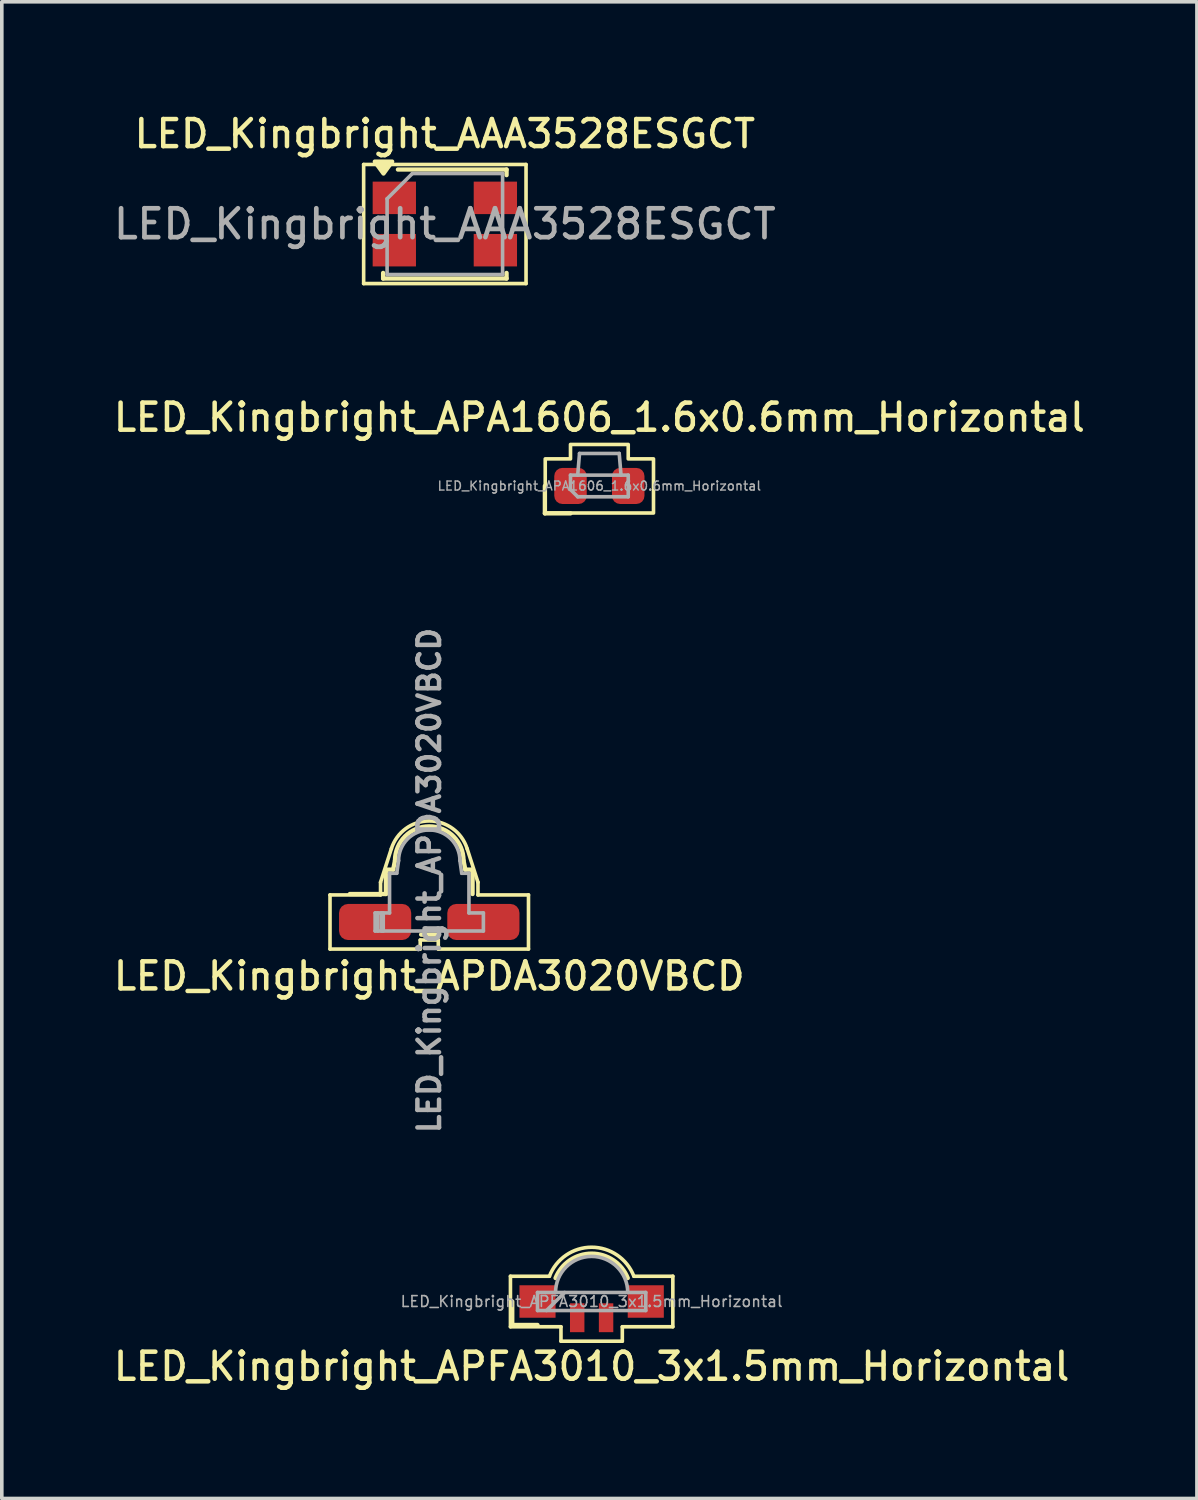
<source format=kicad_pcb>
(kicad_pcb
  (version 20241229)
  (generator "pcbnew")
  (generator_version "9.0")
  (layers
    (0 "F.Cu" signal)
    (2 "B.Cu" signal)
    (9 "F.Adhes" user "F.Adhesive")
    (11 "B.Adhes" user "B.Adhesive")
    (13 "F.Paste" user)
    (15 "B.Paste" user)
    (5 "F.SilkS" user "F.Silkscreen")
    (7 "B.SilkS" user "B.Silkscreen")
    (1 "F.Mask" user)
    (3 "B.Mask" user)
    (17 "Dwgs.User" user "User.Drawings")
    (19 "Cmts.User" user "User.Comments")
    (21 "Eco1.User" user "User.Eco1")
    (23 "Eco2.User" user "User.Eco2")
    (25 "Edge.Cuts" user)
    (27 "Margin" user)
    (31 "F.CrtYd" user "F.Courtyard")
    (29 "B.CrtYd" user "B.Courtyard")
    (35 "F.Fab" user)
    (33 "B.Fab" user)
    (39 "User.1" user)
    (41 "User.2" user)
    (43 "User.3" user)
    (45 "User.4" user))
  (footprint "LED_Kingbright_AAA3528ESGCT"
    (layer "F.Cu")
    (at 9.277 3.158)
    (property "Reference" "LED_Kingbright_AAA3528ESGCT" (at 0 -2.5 0) (layer "F.SilkS") (effects (font (size 0.75 0.75) (thickness 0.125))))
    (attr smd)
    (fp_line (start -2.25 -1.65) (end -2.25 1.65) (stroke (width 0.1) (type solid)) (layer "F.SilkS"))
    (fp_line (start -2.25 -1.65) (end 2.25 -1.65) (stroke (width 0.1) (type solid)) (layer "F.SilkS"))
    (fp_line (start -2.25 1.65) (end 2.25 1.65) (stroke (width 0.1) (type solid)) (layer "F.SilkS"))
    (fp_line (start -1.71 1.355) (end -1.71 1.51) (stroke (width 0.12) (type solid)) (layer "F.SilkS"))
    (fp_line (start -1.71 1.51) (end 1.71 1.51) (stroke (width 0.12) (type solid)) (layer "F.SilkS"))
    (fp_line (start -1.3 -1.51) (end 1.71 -1.51) (stroke (width 0.12) (type solid)) (layer "F.SilkS"))
    (fp_line (start 1.71 -1.355) (end 1.71 -1.51) (stroke (width 0.12) (type solid)) (layer "F.SilkS"))
    (fp_line (start 1.71 1.355) (end 1.71 1.51) (stroke (width 0.12) (type solid)) (layer "F.SilkS"))
    (fp_line (start 2.25 -1.65) (end 2.25 1.65) (stroke (width 0.1) (type solid)) (layer "F.SilkS"))
    (fp_poly (pts (xy -1.7 -1.4) (xy -1.94 -1.73) (xy -1.46 -1.73) (xy -1.7 -1.4)) (stroke (width 0.12) (type solid)) (fill yes) (layer "F.SilkS"))
    (fp_line (start -1.6 1.4) (end -1.6 -0.7) (stroke (width 0.1) (type solid)) (layer "F.Fab"))
    (fp_line (start -0.9 -1.4) (end -1.6 -0.7) (stroke (width 0.1) (type solid)) (layer "F.Fab"))
    (fp_line (start -0.9 -1.4) (end 1.6 -1.4) (stroke (width 0.1) (type solid)) (layer "F.Fab"))
    (fp_line (start 1.6 -1.4) (end 1.6 1.4) (stroke (width 0.1) (type solid)) (layer "F.Fab"))
    (fp_line (start 1.6 1.4) (end -1.6 1.4) (stroke (width 0.1) (type solid)) (layer "F.Fab"))
    (fp_text user "${REFERENCE}" (at 0 0 0) (layer "F.Fab") (effects (font (size 0.8 0.8) (thickness 0.13))))
    (pad "1" smd rect (at -1.4 -0.725) (size 1.2 0.9) (layers "F.Cu" "F.Mask" "F.Paste"))
    (pad "2" smd rect (at 1.4 -0.725) (size 1.2 0.9) (layers "F.Cu" "F.Mask" "F.Paste"))
    (pad "3" smd rect (at 1.4 0.725) (size 1.2 0.9) (layers "F.Cu" "F.Mask" "F.Paste"))
    (pad "4" smd rect (at -1.4 0.725) (size 1.2 0.9) (layers "F.Cu" "F.Mask" "F.Paste")))
  (footprint "LED_Kingbright_APDA3020VBCD"
    (layer "F.Cu")
    (at 8.845 22.499)
    (property "Reference" "LED_Kingbright_APDA3020VBCD" (at 0 1.5 0) (unlocked yes) (layer "F.SilkS") (effects (font (size 0.75 0.75) (thickness 0.125))))
    (attr smd)
    (fp_line (start -2.75 -0.75) (end -2.75 0.75) (stroke (width 0.1) (type solid)) (layer "F.SilkS"))
    (fp_line (start -2.75 0.75) (end -0.25 0.75) (stroke (width 0.1) (type solid)) (layer "F.SilkS"))
    (fp_line (start -1.35 -1.1) (end -1.05 -2.03) (stroke (width 0.1) (type solid)) (layer "F.SilkS"))
    (fp_line (start -1.35 -0.75) (end -2.75 -0.75) (stroke (width 0.1) (type solid)) (layer "F.SilkS"))
    (fp_line (start -1.35 -0.75) (end -1.35 -1.1) (stroke (width 0.1) (type solid)) (layer "F.SilkS"))
    (fp_line (start -1.2 -0.775) (end -2.2 -0.775) (stroke (width 0.12) (type solid)) (layer "F.SilkS"))
    (fp_line (start -1.2 -0.775) (end -1.2 -1.45) (stroke (width 0.12) (type solid)) (layer "F.SilkS"))
    (fp_line (start -1 -1.45) (end -1.2 -1.45) (stroke (width 0.12) (type solid)) (layer "F.SilkS"))
    (fp_line (start -1 -1.45) (end -0.95 -1.7) (stroke (width 0.12) (type solid)) (layer "F.SilkS"))
    (fp_line (start -0.25 0.5) (end 0.25 0.5) (stroke (width 0.1) (type solid)) (layer "F.SilkS"))
    (fp_line (start -0.25 0.75) (end -0.25 0.5) (stroke (width 0.1) (type solid)) (layer "F.SilkS"))
    (fp_line (start -0.225 0.35) (end 0.225 0.35) (stroke (width 0.12) (type solid)) (layer "F.SilkS"))
    (fp_line (start 0.25 0.75) (end 0.25 0.5) (stroke (width 0.1) (type solid)) (layer "F.SilkS"))
    (fp_line (start 0.95 -1.7) (end 1 -1.45) (stroke (width 0.12) (type solid)) (layer "F.SilkS"))
    (fp_line (start 1.2 -1.45) (end 1 -1.45) (stroke (width 0.12) (type solid)) (layer "F.SilkS"))
    (fp_line (start 1.2 -0.775) (end 1.2 -1.45) (stroke (width 0.12) (type solid)) (layer "F.SilkS"))
    (fp_line (start 1.35 -1.1) (end 1.05 -2.03) (stroke (width 0.1) (type solid)) (layer "F.SilkS"))
    (fp_line (start 1.35 -0.75) (end 1.35 -1.1) (stroke (width 0.1) (type solid)) (layer "F.SilkS"))
    (fp_line (start 1.35 -0.75) (end 2.75 -0.75) (stroke (width 0.1) (type solid)) (layer "F.SilkS"))
    (fp_line (start 2.75 -0.75) (end 2.75 0.75) (stroke (width 0.1) (type solid)) (layer "F.SilkS"))
    (fp_line (start 2.75 0.75) (end 0.25 0.75) (stroke (width 0.1) (type solid)) (layer "F.SilkS"))
    (fp_arc (start -1.05 -2.03) (mid 0 -2.8) (end 1.05 -2.03) (stroke (width 0.1) (type solid)) (layer "F.SilkS"))
    (fp_arc (start -0.95 -1.7) (mid 0 -2.65) (end 0.95 -1.7) (stroke (width 0.12) (type solid)) (layer "F.SilkS"))
    (fp_line (start -1.5 -0.25) (end -1.1 -0.25) (stroke (width 0.1) (type solid)) (layer "F.Fab"))
    (fp_line (start -1.5 0.25) (end -1.5 -0.25) (stroke (width 0.1) (type solid)) (layer "F.Fab"))
    (fp_line (start -1.425 -0.25) (end -1.425 0.25) (stroke (width 0.1) (type solid)) (layer "F.Fab"))
    (fp_line (start -1.325 -0.25) (end -1.325 0.25) (stroke (width 0.1) (type solid)) (layer "F.Fab"))
    (fp_line (start -1.275 -0.25) (end -1.275 0.25) (stroke (width 0.1) (type solid)) (layer "F.Fab"))
    (fp_line (start -1.1 -1.35) (end -0.9 -1.35) (stroke (width 0.1) (type solid)) (layer "F.Fab"))
    (fp_line (start -1.1 -0.25) (end -1.1 -1.35) (stroke (width 0.1) (type solid)) (layer "F.Fab"))
    (fp_line (start -0.9 -1.35) (end -0.85 -1.7) (stroke (width 0.1) (type solid)) (layer "F.Fab"))
    (fp_line (start 0.9 -1.35) (end 0.85 -1.7) (stroke (width 0.1) (type solid)) (layer "F.Fab"))
    (fp_line (start 0.9 -1.35) (end 1.1 -1.35) (stroke (width 0.1) (type solid)) (layer "F.Fab"))
    (fp_line (start 1.1 -1.35) (end 1.1 -0.25) (stroke (width 0.1) (type solid)) (layer "F.Fab"))
    (fp_line (start 1.1 -0.25) (end 1.5 -0.25) (stroke (width 0.1) (type solid)) (layer "F.Fab"))
    (fp_line (start 1.5 -0.25) (end 1.5 0.25) (stroke (width 0.1) (type solid)) (layer "F.Fab"))
    (fp_line (start 1.5 0.25) (end -1.5 0.25) (stroke (width 0.1) (type solid)) (layer "F.Fab"))
    (fp_arc (start -0.85 -1.7) (mid 0 -2.55) (end 0.85 -1.7) (stroke (width 0.1) (type solid)) (layer "F.Fab"))
    (fp_text user "${REFERENCE}" (at 0 -1.15 90) (unlocked yes) (layer "F.Fab") (effects (font (size 0.6 0.6) (thickness 0.125))))
    (pad "1" smd roundrect (at -1.5 0) (size 2 1) (layers "F.Cu" "F.Mask" "F.Paste") (roundrect_rratio 0.25))
    (pad "2" smd roundrect (at 1.5 0) (size 2 1) (layers "F.Cu" "F.Mask" "F.Paste") (roundrect_rratio 0.25)))
  (footprint "LED_Kingbright_APA1606_1.6x0.6mm_Horizontal"
    (layer "F.Cu")
    (at 13.559 10.416)
    (property "Reference" "LED_Kingbright_APA1606_1.6x0.6mm_Horizontal" (at 0 -1.9 0) (layer "F.SilkS") (effects (font (size 0.75 0.75) (thickness 0.125))))
    (attr smd)
    (fp_line (start -1.51 0) (end -1.51 0.76) (stroke (width 0.12) (type default)) (layer "F.SilkS"))
    (fp_line (start -1.51 0.76) (end -0.8 0.76) (stroke (width 0.12) (type default)) (layer "F.SilkS"))
    (fp_poly (pts (xy -0.8 -1.15) (xy 0.8 -1.15) (xy 0.8 -0.75) (xy 1.5 -0.75) (xy 1.5 0.75) (xy -1.5 0.75) (xy -1.5 -0.75) (xy -0.8 -0.75)) (stroke (width 0.1) (type solid)) (fill no) (layer "F.SilkS"))
    (fp_line (start -0.8 -0.3) (end 0.8 -0.3) (stroke (width 0.1) (type default)) (layer "F.Fab"))
    (fp_line (start -0.8 0.1) (end -0.8 -0.3) (stroke (width 0.1) (type default)) (layer "F.Fab"))
    (fp_line (start -0.6 -0.3) (end -0.55 -0.9) (stroke (width 0.1) (type default)) (layer "F.Fab"))
    (fp_line (start -0.6 0.3) (end -0.8 0.1) (stroke (width 0.1) (type default)) (layer "F.Fab"))
    (fp_line (start -0.55 -0.9) (end 0.55 -0.9) (stroke (width 0.1) (type default)) (layer "F.Fab"))
    (fp_line (start 0.6 -0.3) (end 0.55 -0.9) (stroke (width 0.1) (type default)) (layer "F.Fab"))
    (fp_line (start 0.8 -0.3) (end 0.8 0.3) (stroke (width 0.1) (type default)) (layer "F.Fab"))
    (fp_line (start 0.8 0.3) (end -0.6 0.3) (stroke (width 0.1) (type default)) (layer "F.Fab"))
    (fp_text user "${REFERENCE}" (at 0 0 0) (layer "F.Fab") (effects (font (size 0.25 0.25) (thickness 0.04))))
    (pad "1" smd roundrect (at -0.8 0) (size 0.9 1) (layers "F.Cu" "F.Mask" "F.Paste") (roundrect_rratio 0.25))
    (pad "2" smd roundrect (at 0.8 0) (size 0.9 1) (layers "F.Cu" "F.Mask" "F.Paste") (roundrect_rratio 0.25)))
  (footprint "LED_Kingbright_APFA3010_3x1.5mm_Horizontal"
    (layer "F.Cu")
    (at 13.345 33.016)
    (property "Reference" "LED_Kingbright_APFA3010_3x1.5mm_Horizontal" (at 0 1.8 0) (layer "F.SilkS") (effects (font (size 0.75 0.75) (thickness 0.125))))
    (attr smd)
    (fp_line (start -2.25 -0.7) (end -1.17 -0.7) (stroke (width 0.1) (type solid)) (layer "F.SilkS"))
    (fp_line (start -2.25 0.7) (end -2.25 -0.7) (stroke (width 0.1) (type solid)) (layer "F.SilkS"))
    (fp_line (start -2.25 0.7) (end -0.85 0.7) (stroke (width 0.1) (type solid)) (layer "F.SilkS"))
    (fp_line (start -2.2 0) (end -2.2 0.65) (stroke (width 0.12) (type solid)) (layer "F.SilkS"))
    (fp_line (start -2.2 0.65) (end -1.5 0.65) (stroke (width 0.12) (type solid)) (layer "F.SilkS"))
    (fp_line (start -0.85 0.7) (end -0.85 1.1) (stroke (width 0.1) (type solid)) (layer "F.SilkS"))
    (fp_line (start -0.85 1.1) (end 0.85 1.1) (stroke (width 0.1) (type solid)) (layer "F.SilkS"))
    (fp_line (start 0.85 0.7) (end 2.25 0.7) (stroke (width 0.1) (type solid)) (layer "F.SilkS"))
    (fp_line (start 0.85 1.1) (end 0.85 0.7) (stroke (width 0.1) (type solid)) (layer "F.SilkS"))
    (fp_line (start 2.25 -0.7) (end 1.17 -0.7) (stroke (width 0.1) (type solid)) (layer "F.SilkS"))
    (fp_line (start 2.25 0.7) (end 2.25 -0.7) (stroke (width 0.1) (type solid)) (layer "F.SilkS"))
    (fp_arc (start -1.17 -0.7) (mid 0 -1.503555) (end 1.17 -0.7) (stroke (width 0.1) (type solid)) (layer "F.SilkS"))
    (fp_arc (start -1 -0.65) (mid 0 -1.327033) (end 1 -0.65) (stroke (width 0.12) (type solid)) (layer "F.SilkS"))
    (fp_line (start -1.5 -0.25) (end -1.5 0.25) (stroke (width 0.1) (type solid)) (layer "F.Fab"))
    (fp_line (start -1.5 0.25) (end 1.5 0.25) (stroke (width 0.1) (type solid)) (layer "F.Fab"))
    (fp_line (start -0.75 -0.25) (end -1.25 0.25) (stroke (width 0.1) (type solid)) (layer "F.Fab"))
    (fp_line (start 1.5 -0.25) (end -1.5 -0.25) (stroke (width 0.1) (type solid)) (layer "F.Fab"))
    (fp_line (start 1.5 0.25) (end 1.5 -0.25) (stroke (width 0.1) (type solid)) (layer "F.Fab"))
    (fp_arc (start -1 -0.25) (mid 0 -1.25) (end 1 -0.25) (stroke (width 0.1) (type solid)) (layer "F.Fab"))
    (fp_text user "${REFERENCE}" (at 0 0 0) (layer "F.Fab") (effects (font (size 0.3 0.3) (thickness 0.045))))
    (pad "1" smd rect (at -1.5 0) (size 1 0.9) (layers "F.Cu" "F.Mask" "F.Paste"))
    (pad "2" smd rect (at 1.5 0) (size 1 0.9) (layers "F.Cu" "F.Mask" "F.Paste"))
    (pad "3" smd rect (at 0.4 0.45) (size 0.4 0.8) (layers "F.Cu" "F.Mask" "F.Paste"))
    (pad "4" smd rect (at -0.4 0.45) (size 0.4 0.8) (layers "F.Cu" "F.Mask" "F.Paste")))
  (gr_rect
    (start -3 -3)
    (end 30.118 38.474)
    (stroke (width 0.1) (type default))
    (fill no)
    (layer "Edge.Cuts")))
</source>
